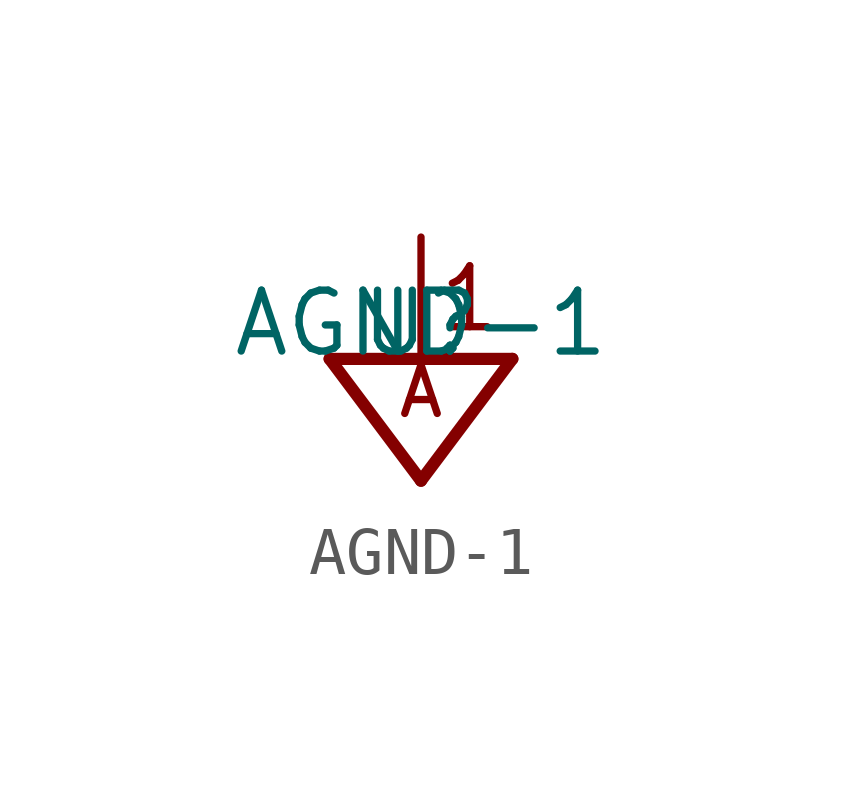
<source format=kicad_sym>
(kicad_symbol_lib
  (version 20211014)
  (generator kicad_symbol_editor)
  (symbol "AGND-1"
    (pin_names
      (offset 1.016))
    (property "Reference" "U"
      (at 0 0 0)
      (effects (font (size 1.27 1.27)) (justify bottom)))
    (property "Value" "AGND-1"
      (at 0 0.0 0)
      (effects (font (size 1.27 1.27)) (justify bottom)))
    (symbol "AGND-1_0_0"
      (text "1" (at 1.016 0.508 0) (effects (font (size 1.27 1.27)) (justify bottom)))
      (polyline (pts (xy 0.0 0.0) (xy 1.905 0.0)) (stroke (width 0.254)))
      (polyline (pts (xy 1.905 0.0) (xy 0.0 -2.54)) (stroke (width 0.254)))
      (polyline (pts (xy 0.0 -2.54) (xy -1.905 0.0)) (stroke (width 0.254)))
      (polyline (pts (xy -1.905 0.0) (xy 0.0 0.0)) (stroke (width 0.254)))
      (text "A" (at 0.0 -1.27 0) (effects (font (size 1.016 1.016)) (justify bottom)))
      (pin power_in line (at 0.0 2.54 270.0) (length 2.54) (name "~" (effects (font (size 1.016 1.016)))) (number "~" (effects (font (size 1.016 1.016))))))))
</source>
